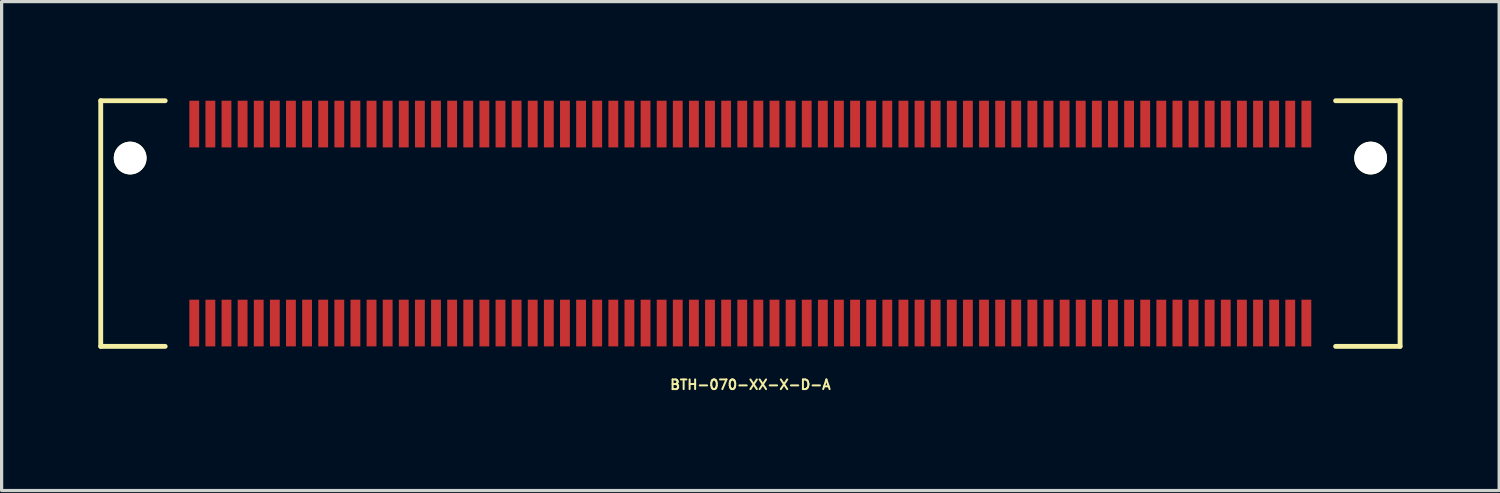
<source format=kicad_pcb>
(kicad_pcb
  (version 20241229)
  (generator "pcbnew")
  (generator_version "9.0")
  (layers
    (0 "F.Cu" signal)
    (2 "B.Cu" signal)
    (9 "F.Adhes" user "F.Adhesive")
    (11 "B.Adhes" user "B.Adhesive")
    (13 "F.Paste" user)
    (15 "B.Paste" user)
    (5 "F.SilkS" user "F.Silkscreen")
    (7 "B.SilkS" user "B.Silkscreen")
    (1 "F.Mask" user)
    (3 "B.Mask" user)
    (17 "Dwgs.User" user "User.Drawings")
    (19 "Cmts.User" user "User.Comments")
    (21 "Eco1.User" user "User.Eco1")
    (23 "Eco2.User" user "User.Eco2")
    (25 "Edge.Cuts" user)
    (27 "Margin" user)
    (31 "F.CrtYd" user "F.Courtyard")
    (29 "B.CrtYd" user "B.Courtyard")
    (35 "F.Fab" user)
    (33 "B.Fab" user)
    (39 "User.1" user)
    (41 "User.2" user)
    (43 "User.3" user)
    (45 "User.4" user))
  (footprint "BTH-070-XX-X-D-A"
    (layer "F.Cu")
    (at 20.229 3.885)
    (property "Reference" "BTH-070-XX-X-D-A" (at 0 5 0) (layer "F.SilkS") (effects (font (size 0.3 0.3) (thickness 0.061))))
    (attr smd)
    (fp_line (start -20.154 -3.81) (end -20.154 3.81) (stroke (width 0.15) (type solid)) (layer "F.SilkS"))
    (fp_line (start -20.154 3.81) (end -18.154 3.81) (stroke (width 0.15) (type solid)) (layer "F.SilkS"))
    (fp_line (start -18.154 -3.81) (end -20.154 -3.81) (stroke (width 0.15) (type solid)) (layer "F.SilkS"))
    (fp_line (start 18.154 -3.81) (end 20.154 -3.81) (stroke (width 0.15) (type solid)) (layer "F.SilkS"))
    (fp_line (start 20.154 -3.81) (end 20.154 3.81) (stroke (width 0.15) (type solid)) (layer "F.SilkS"))
    (fp_line (start 20.154 3.81) (end 18.154 3.81) (stroke (width 0.15) (type solid)) (layer "F.SilkS"))
    (pad "" np_thru_hole circle (at -19.241 -2.032) (size 1.016 1.016) (drill 1.016) (layers "*.Cu" "*.Mask" "F.SilkS"))
    (pad "" np_thru_hole circle (at 19.241 -2.032) (size 1.016 1.016) (drill 1.016) (layers "*.Cu" "*.Mask" "F.SilkS"))
    (pad "1" smd rect (at -17.253 -3.086) (size 0.305 1.448) (layers "F.Cu" "F.Mask" "F.Paste"))
    (pad "2" smd rect (at -17.253 3.086) (size 0.305 1.448) (layers "F.Cu" "F.Mask" "F.Paste"))
    (pad "3" smd rect (at -16.753 -3.086) (size 0.305 1.448) (layers "F.Cu" "F.Mask" "F.Paste"))
    (pad "4" smd rect (at -16.753 3.086) (size 0.305 1.448) (layers "F.Cu" "F.Mask" "F.Paste"))
    (pad "5" smd rect (at -16.253 -3.086) (size 0.305 1.448) (layers "F.Cu" "F.Mask" "F.Paste"))
    (pad "6" smd rect (at -16.253 3.086) (size 0.305 1.448) (layers "F.Cu" "F.Mask" "F.Paste"))
    (pad "7" smd rect (at -15.753 -3.086) (size 0.305 1.448) (layers "F.Cu" "F.Mask" "F.Paste"))
    (pad "8" smd rect (at -15.753 3.086) (size 0.305 1.448) (layers "F.Cu" "F.Mask" "F.Paste"))
    (pad "9" smd rect (at -15.253 -3.086) (size 0.305 1.448) (layers "F.Cu" "F.Mask" "F.Paste"))
    (pad "10" smd rect (at -15.253 3.086) (size 0.305 1.448) (layers "F.Cu" "F.Mask" "F.Paste"))
    (pad "11" smd rect (at -14.753 -3.086) (size 0.305 1.448) (layers "F.Cu" "F.Mask" "F.Paste"))
    (pad "12" smd rect (at -14.753 3.086) (size 0.305 1.448) (layers "F.Cu" "F.Mask" "F.Paste"))
    (pad "13" smd rect (at -14.253 -3.086) (size 0.305 1.448) (layers "F.Cu" "F.Mask" "F.Paste"))
    (pad "14" smd rect (at -14.253 3.086) (size 0.305 1.448) (layers "F.Cu" "F.Mask" "F.Paste"))
    (pad "15" smd rect (at -13.753 -3.086) (size 0.305 1.448) (layers "F.Cu" "F.Mask" "F.Paste"))
    (pad "16" smd rect (at -13.753 3.086) (size 0.305 1.448) (layers "F.Cu" "F.Mask" "F.Paste"))
    (pad "17" smd rect (at -13.253 -3.086) (size 0.305 1.448) (layers "F.Cu" "F.Mask" "F.Paste"))
    (pad "18" smd rect (at -13.253 3.086) (size 0.305 1.448) (layers "F.Cu" "F.Mask" "F.Paste"))
    (pad "19" smd rect (at -12.753 -3.086) (size 0.305 1.448) (layers "F.Cu" "F.Mask" "F.Paste"))
    (pad "20" smd rect (at -12.753 3.086) (size 0.305 1.448) (layers "F.Cu" "F.Mask" "F.Paste"))
    (pad "21" smd rect (at -12.253 -3.086) (size 0.305 1.448) (layers "F.Cu" "F.Mask" "F.Paste"))
    (pad "22" smd rect (at -12.253 3.086) (size 0.305 1.448) (layers "F.Cu" "F.Mask" "F.Paste"))
    (pad "23" smd rect (at -11.753 -3.086) (size 0.305 1.448) (layers "F.Cu" "F.Mask" "F.Paste"))
    (pad "24" smd rect (at -11.753 3.086) (size 0.305 1.448) (layers "F.Cu" "F.Mask" "F.Paste"))
    (pad "25" smd rect (at -11.253 -3.086) (size 0.305 1.448) (layers "F.Cu" "F.Mask" "F.Paste"))
    (pad "26" smd rect (at -11.253 3.086) (size 0.305 1.448) (layers "F.Cu" "F.Mask" "F.Paste"))
    (pad "27" smd rect (at -10.753 -3.086) (size 0.305 1.448) (layers "F.Cu" "F.Mask" "F.Paste"))
    (pad "28" smd rect (at -10.753 3.086) (size 0.305 1.448) (layers "F.Cu" "F.Mask" "F.Paste"))
    (pad "29" smd rect (at -10.253 -3.086) (size 0.305 1.448) (layers "F.Cu" "F.Mask" "F.Paste"))
    (pad "30" smd rect (at -10.253 3.086) (size 0.305 1.448) (layers "F.Cu" "F.Mask" "F.Paste"))
    (pad "31" smd rect (at -9.753 -3.086) (size 0.305 1.448) (layers "F.Cu" "F.Mask" "F.Paste"))
    (pad "32" smd rect (at -9.753 3.086) (size 0.305 1.448) (layers "F.Cu" "F.Mask" "F.Paste"))
    (pad "33" smd rect (at -9.253 -3.086) (size 0.305 1.448) (layers "F.Cu" "F.Mask" "F.Paste"))
    (pad "34" smd rect (at -9.253 3.086) (size 0.305 1.448) (layers "F.Cu" "F.Mask" "F.Paste"))
    (pad "35" smd rect (at -8.753 -3.086) (size 0.305 1.448) (layers "F.Cu" "F.Mask" "F.Paste"))
    (pad "36" smd rect (at -8.753 3.086) (size 0.305 1.448) (layers "F.Cu" "F.Mask" "F.Paste"))
    (pad "37" smd rect (at -8.253 -3.086) (size 0.305 1.448) (layers "F.Cu" "F.Mask" "F.Paste"))
    (pad "38" smd rect (at -8.253 3.086) (size 0.305 1.448) (layers "F.Cu" "F.Mask" "F.Paste"))
    (pad "39" smd rect (at -7.753 -3.086) (size 0.305 1.448) (layers "F.Cu" "F.Mask" "F.Paste"))
    (pad "40" smd rect (at -7.753 3.086) (size 0.305 1.448) (layers "F.Cu" "F.Mask" "F.Paste"))
    (pad "41" smd rect (at -7.253 -3.086) (size 0.305 1.448) (layers "F.Cu" "F.Mask" "F.Paste"))
    (pad "42" smd rect (at -7.253 3.086) (size 0.305 1.448) (layers "F.Cu" "F.Mask" "F.Paste"))
    (pad "43" smd rect (at -6.753 -3.086) (size 0.305 1.448) (layers "F.Cu" "F.Mask" "F.Paste"))
    (pad "44" smd rect (at -6.753 3.086) (size 0.305 1.448) (layers "F.Cu" "F.Mask" "F.Paste"))
    (pad "45" smd rect (at -6.253 -3.086) (size 0.305 1.448) (layers "F.Cu" "F.Mask" "F.Paste"))
    (pad "46" smd rect (at -6.253 3.086) (size 0.305 1.448) (layers "F.Cu" "F.Mask" "F.Paste"))
    (pad "47" smd rect (at -5.753 -3.086) (size 0.305 1.448) (layers "F.Cu" "F.Mask" "F.Paste"))
    (pad "48" smd rect (at -5.753 3.086) (size 0.305 1.448) (layers "F.Cu" "F.Mask" "F.Paste"))
    (pad "49" smd rect (at -5.253 -3.086) (size 0.305 1.448) (layers "F.Cu" "F.Mask" "F.Paste"))
    (pad "50" smd rect (at -5.253 3.086) (size 0.305 1.448) (layers "F.Cu" "F.Mask" "F.Paste"))
    (pad "51" smd rect (at -4.753 -3.086) (size 0.305 1.448) (layers "F.Cu" "F.Mask" "F.Paste"))
    (pad "52" smd rect (at -4.753 3.086) (size 0.305 1.448) (layers "F.Cu" "F.Mask" "F.Paste"))
    (pad "53" smd rect (at -4.253 -3.086) (size 0.305 1.448) (layers "F.Cu" "F.Mask" "F.Paste"))
    (pad "54" smd rect (at -4.253 3.086) (size 0.305 1.448) (layers "F.Cu" "F.Mask" "F.Paste"))
    (pad "55" smd rect (at -3.753 -3.086) (size 0.305 1.448) (layers "F.Cu" "F.Mask" "F.Paste"))
    (pad "56" smd rect (at -3.753 3.086) (size 0.305 1.448) (layers "F.Cu" "F.Mask" "F.Paste"))
    (pad "57" smd rect (at -3.253 -3.086) (size 0.305 1.448) (layers "F.Cu" "F.Mask" "F.Paste"))
    (pad "58" smd rect (at -3.253 3.086) (size 0.305 1.448) (layers "F.Cu" "F.Mask" "F.Paste"))
    (pad "59" smd rect (at -2.753 -3.086) (size 0.305 1.448) (layers "F.Cu" "F.Mask" "F.Paste"))
    (pad "60" smd rect (at -2.753 3.086) (size 0.305 1.448) (layers "F.Cu" "F.Mask" "F.Paste"))
    (pad "61" smd rect (at -2.253 -3.086) (size 0.305 1.448) (layers "F.Cu" "F.Mask" "F.Paste"))
    (pad "62" smd rect (at -2.253 3.086) (size 0.305 1.448) (layers "F.Cu" "F.Mask" "F.Paste"))
    (pad "63" smd rect (at -1.753 -3.086) (size 0.305 1.448) (layers "F.Cu" "F.Mask" "F.Paste"))
    (pad "64" smd rect (at -1.753 3.086) (size 0.305 1.448) (layers "F.Cu" "F.Mask" "F.Paste"))
    (pad "65" smd rect (at -1.253 -3.086) (size 0.305 1.448) (layers "F.Cu" "F.Mask" "F.Paste"))
    (pad "66" smd rect (at -1.253 3.086) (size 0.305 1.448) (layers "F.Cu" "F.Mask" "F.Paste"))
    (pad "67" smd rect (at -0.753 -3.086) (size 0.305 1.448) (layers "F.Cu" "F.Mask" "F.Paste"))
    (pad "68" smd rect (at -0.753 3.086) (size 0.305 1.448) (layers "F.Cu" "F.Mask" "F.Paste"))
    (pad "69" smd rect (at -0.253 -3.086) (size 0.305 1.448) (layers "F.Cu" "F.Mask" "F.Paste"))
    (pad "70" smd rect (at -0.253 3.086) (size 0.305 1.448) (layers "F.Cu" "F.Mask" "F.Paste"))
    (pad "71" smd rect (at 0.247 -3.086) (size 0.305 1.448) (layers "F.Cu" "F.Mask" "F.Paste"))
    (pad "72" smd rect (at 0.247 3.086) (size 0.305 1.448) (layers "F.Cu" "F.Mask" "F.Paste"))
    (pad "73" smd rect (at 0.747 -3.086) (size 0.305 1.448) (layers "F.Cu" "F.Mask" "F.Paste"))
    (pad "74" smd rect (at 0.747 3.086) (size 0.305 1.448) (layers "F.Cu" "F.Mask" "F.Paste"))
    (pad "75" smd rect (at 1.247 -3.086) (size 0.305 1.448) (layers "F.Cu" "F.Mask" "F.Paste"))
    (pad "76" smd rect (at 1.247 3.086) (size 0.305 1.448) (layers "F.Cu" "F.Mask" "F.Paste"))
    (pad "77" smd rect (at 1.747 -3.086) (size 0.305 1.448) (layers "F.Cu" "F.Mask" "F.Paste"))
    (pad "78" smd rect (at 1.747 3.086) (size 0.305 1.448) (layers "F.Cu" "F.Mask" "F.Paste"))
    (pad "79" smd rect (at 2.247 -3.086) (size 0.305 1.448) (layers "F.Cu" "F.Mask" "F.Paste"))
    (pad "80" smd rect (at 2.247 3.086) (size 0.305 1.448) (layers "F.Cu" "F.Mask" "F.Paste"))
    (pad "81" smd rect (at 2.747 -3.086) (size 0.305 1.448) (layers "F.Cu" "F.Mask" "F.Paste"))
    (pad "82" smd rect (at 2.747 3.086) (size 0.305 1.448) (layers "F.Cu" "F.Mask" "F.Paste"))
    (pad "83" smd rect (at 3.247 -3.086) (size 0.305 1.448) (layers "F.Cu" "F.Mask" "F.Paste"))
    (pad "84" smd rect (at 3.247 3.086) (size 0.305 1.448) (layers "F.Cu" "F.Mask" "F.Paste"))
    (pad "85" smd rect (at 3.747 -3.086) (size 0.305 1.448) (layers "F.Cu" "F.Mask" "F.Paste"))
    (pad "86" smd rect (at 3.747 3.086) (size 0.305 1.448) (layers "F.Cu" "F.Mask" "F.Paste"))
    (pad "87" smd rect (at 4.247 -3.086) (size 0.305 1.448) (layers "F.Cu" "F.Mask" "F.Paste"))
    (pad "88" smd rect (at 4.247 3.086) (size 0.305 1.448) (layers "F.Cu" "F.Mask" "F.Paste"))
    (pad "89" smd rect (at 4.747 -3.086) (size 0.305 1.448) (layers "F.Cu" "F.Mask" "F.Paste"))
    (pad "90" smd rect (at 4.747 3.086) (size 0.305 1.448) (layers "F.Cu" "F.Mask" "F.Paste"))
    (pad "91" smd rect (at 5.247 -3.086) (size 0.305 1.448) (layers "F.Cu" "F.Mask" "F.Paste"))
    (pad "92" smd rect (at 5.247 3.086) (size 0.305 1.448) (layers "F.Cu" "F.Mask" "F.Paste"))
    (pad "93" smd rect (at 5.747 -3.086) (size 0.305 1.448) (layers "F.Cu" "F.Mask" "F.Paste"))
    (pad "94" smd rect (at 5.747 3.086) (size 0.305 1.448) (layers "F.Cu" "F.Mask" "F.Paste"))
    (pad "95" smd rect (at 6.247 -3.086) (size 0.305 1.448) (layers "F.Cu" "F.Mask" "F.Paste"))
    (pad "96" smd rect (at 6.247 3.086) (size 0.305 1.448) (layers "F.Cu" "F.Mask" "F.Paste"))
    (pad "97" smd rect (at 6.747 -3.086) (size 0.305 1.448) (layers "F.Cu" "F.Mask" "F.Paste"))
    (pad "98" smd rect (at 6.747 3.086) (size 0.305 1.448) (layers "F.Cu" "F.Mask" "F.Paste"))
    (pad "99" smd rect (at 7.247 -3.086) (size 0.305 1.448) (layers "F.Cu" "F.Mask" "F.Paste"))
    (pad "100" smd rect (at 7.247 3.086) (size 0.305 1.448) (layers "F.Cu" "F.Mask" "F.Paste"))
    (pad "101" smd rect (at 7.747 -3.086) (size 0.305 1.448) (layers "F.Cu" "F.Mask" "F.Paste"))
    (pad "102" smd rect (at 7.747 3.086) (size 0.305 1.448) (layers "F.Cu" "F.Mask" "F.Paste"))
    (pad "103" smd rect (at 8.247 -3.086) (size 0.305 1.448) (layers "F.Cu" "F.Mask" "F.Paste"))
    (pad "104" smd rect (at 8.247 3.086) (size 0.305 1.448) (layers "F.Cu" "F.Mask" "F.Paste"))
    (pad "105" smd rect (at 8.747 -3.086) (size 0.305 1.448) (layers "F.Cu" "F.Mask" "F.Paste"))
    (pad "106" smd rect (at 8.747 3.086) (size 0.305 1.448) (layers "F.Cu" "F.Mask" "F.Paste"))
    (pad "107" smd rect (at 9.247 -3.086) (size 0.305 1.448) (layers "F.Cu" "F.Mask" "F.Paste"))
    (pad "108" smd rect (at 9.247 3.086) (size 0.305 1.448) (layers "F.Cu" "F.Mask" "F.Paste"))
    (pad "109" smd rect (at 9.747 -3.086) (size 0.305 1.448) (layers "F.Cu" "F.Mask" "F.Paste"))
    (pad "110" smd rect (at 9.747 3.086) (size 0.305 1.448) (layers "F.Cu" "F.Mask" "F.Paste"))
    (pad "111" smd rect (at 10.247 -3.086) (size 0.305 1.448) (layers "F.Cu" "F.Mask" "F.Paste"))
    (pad "112" smd rect (at 10.247 3.086) (size 0.305 1.448) (layers "F.Cu" "F.Mask" "F.Paste"))
    (pad "113" smd rect (at 10.747 -3.086) (size 0.305 1.448) (layers "F.Cu" "F.Mask" "F.Paste"))
    (pad "114" smd rect (at 10.747 3.086) (size 0.305 1.448) (layers "F.Cu" "F.Mask" "F.Paste"))
    (pad "115" smd rect (at 11.247 -3.086) (size 0.305 1.448) (layers "F.Cu" "F.Mask" "F.Paste"))
    (pad "116" smd rect (at 11.247 3.086) (size 0.305 1.448) (layers "F.Cu" "F.Mask" "F.Paste"))
    (pad "117" smd rect (at 11.747 -3.086) (size 0.305 1.448) (layers "F.Cu" "F.Mask" "F.Paste"))
    (pad "118" smd rect (at 11.747 3.086) (size 0.305 1.448) (layers "F.Cu" "F.Mask" "F.Paste"))
    (pad "119" smd rect (at 12.247 -3.086) (size 0.305 1.448) (layers "F.Cu" "F.Mask" "F.Paste"))
    (pad "120" smd rect (at 12.247 3.086) (size 0.305 1.448) (layers "F.Cu" "F.Mask" "F.Paste"))
    (pad "121" smd rect (at 12.747 -3.086) (size 0.305 1.448) (layers "F.Cu" "F.Mask" "F.Paste"))
    (pad "122" smd rect (at 12.747 3.086) (size 0.305 1.448) (layers "F.Cu" "F.Mask" "F.Paste"))
    (pad "123" smd rect (at 13.247 -3.086) (size 0.305 1.448) (layers "F.Cu" "F.Mask" "F.Paste"))
    (pad "124" smd rect (at 13.247 3.086) (size 0.305 1.448) (layers "F.Cu" "F.Mask" "F.Paste"))
    (pad "125" smd rect (at 13.747 -3.086) (size 0.305 1.448) (layers "F.Cu" "F.Mask" "F.Paste"))
    (pad "126" smd rect (at 13.747 3.086) (size 0.305 1.448) (layers "F.Cu" "F.Mask" "F.Paste"))
    (pad "127" smd rect (at 14.247 -3.086) (size 0.305 1.448) (layers "F.Cu" "F.Mask" "F.Paste"))
    (pad "128" smd rect (at 14.247 3.086) (size 0.305 1.448) (layers "F.Cu" "F.Mask" "F.Paste"))
    (pad "129" smd rect (at 14.747 -3.086) (size 0.305 1.448) (layers "F.Cu" "F.Mask" "F.Paste"))
    (pad "130" smd rect (at 14.747 3.086) (size 0.305 1.448) (layers "F.Cu" "F.Mask" "F.Paste"))
    (pad "131" smd rect (at 15.247 -3.086) (size 0.305 1.448) (layers "F.Cu" "F.Mask" "F.Paste"))
    (pad "132" smd rect (at 15.247 3.086) (size 0.305 1.448) (layers "F.Cu" "F.Mask" "F.Paste"))
    (pad "133" smd rect (at 15.747 -3.086) (size 0.305 1.448) (layers "F.Cu" "F.Mask" "F.Paste"))
    (pad "134" smd rect (at 15.747 3.086) (size 0.305 1.448) (layers "F.Cu" "F.Mask" "F.Paste"))
    (pad "135" smd rect (at 16.247 -3.086) (size 0.305 1.448) (layers "F.Cu" "F.Mask" "F.Paste"))
    (pad "136" smd rect (at 16.247 3.086) (size 0.305 1.448) (layers "F.Cu" "F.Mask" "F.Paste"))
    (pad "137" smd rect (at 16.747 -3.086) (size 0.305 1.448) (layers "F.Cu" "F.Mask" "F.Paste"))
    (pad "138" smd rect (at 16.747 3.086) (size 0.305 1.448) (layers "F.Cu" "F.Mask" "F.Paste"))
    (pad "139" smd rect (at 17.247 -3.086) (size 0.305 1.448) (layers "F.Cu" "F.Mask" "F.Paste"))
    (pad "140" smd rect (at 17.247 3.086) (size 0.305 1.448) (layers "F.Cu" "F.Mask" "F.Paste")))
  (gr_rect
    (start -3 -3)
    (end 43.457 12.167)
    (stroke (width 0.1) (type default))
    (fill no)
    (layer "Edge.Cuts")))
</source>
